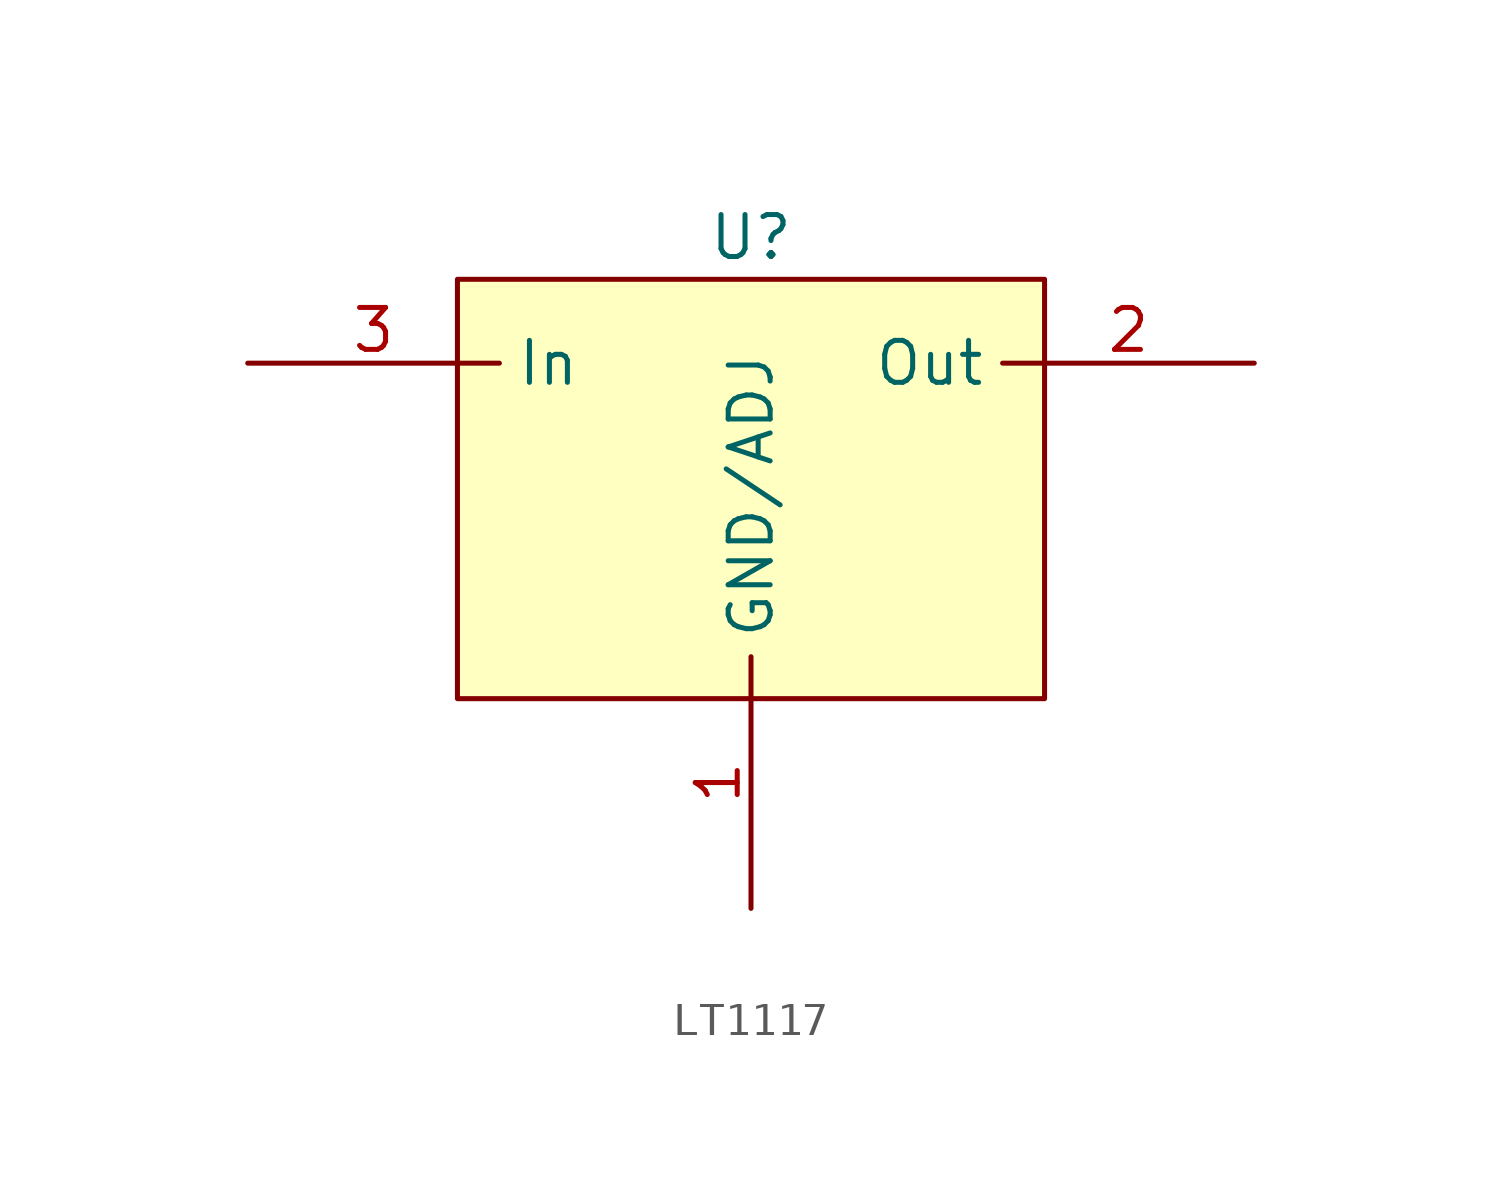
<source format=kicad_sym>
(kicad_symbol_lib
  (version 20220914)
  (generator kicad_symbol_editor)
  (symbol "LT1117"
    (property "Reference" "U"
      (at 0 6.35 0)
      (effects (font (size 1.27 1.27))))
    (property "Value" ""
      (at 1.27 0 0)
      (effects (font (size 1.27 1.27))))
    (symbol "LT1117_1_1"
      (rectangle (start -8.89 5.08) (end 8.89 -7.62) (stroke (width 0) (type default)) (fill (type background)))
      (pin passive line (at 0 -13.97 90) (length 7.62) (name "GND/ADJ" (effects (font (size 1.27 1.27)))) (number "1" (effects (font (size 1.27 1.27)))))
      (pin passive line (at 15.24 2.54 180) (length 7.62) (name "Out" (effects (font (size 1.27 1.27)))) (number "2" (effects (font (size 1.27 1.27)))))
      (pin passive line (at -15.24 2.54 0) (length 7.62) (name "In" (effects (font (size 1.27 1.27)))) (number "3" (effects (font (size 1.27 1.27))))))))
</source>
